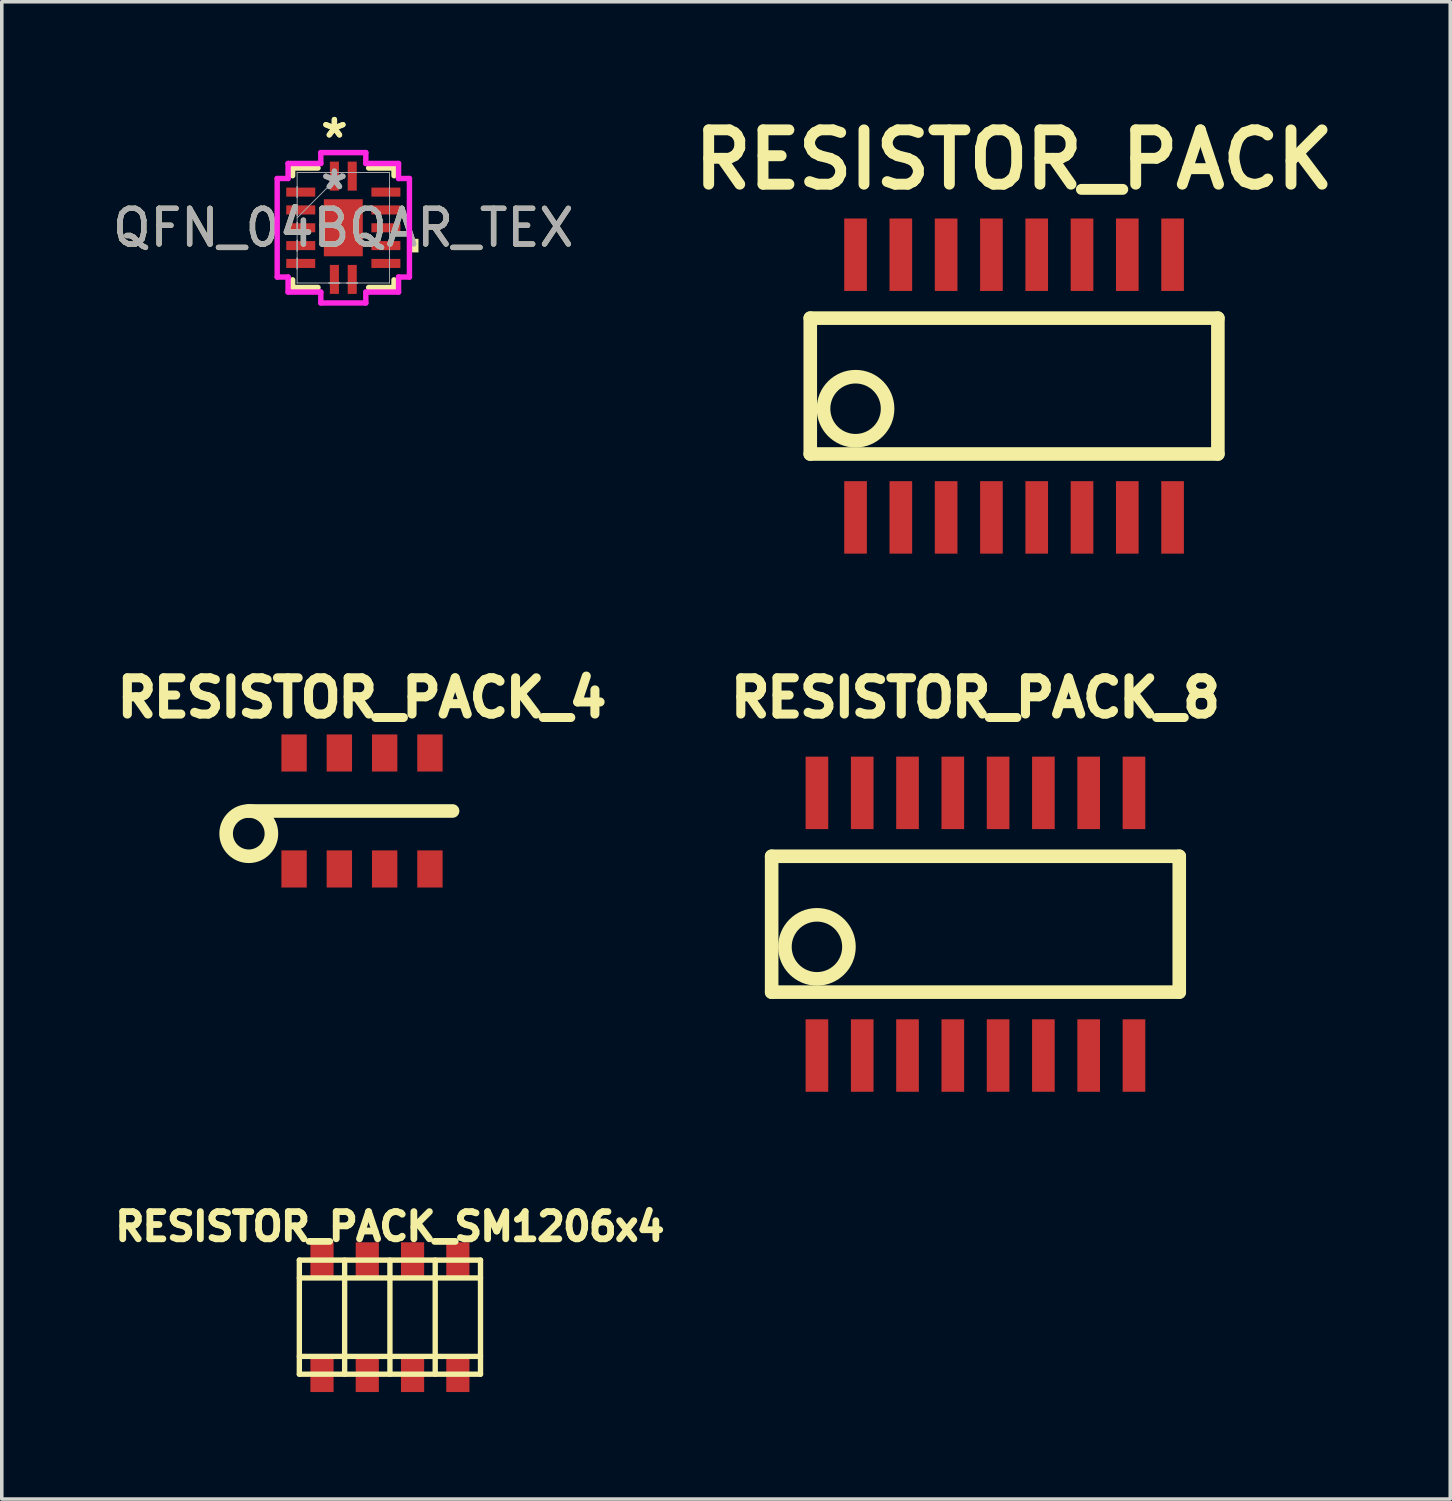
<source format=kicad_pcb>
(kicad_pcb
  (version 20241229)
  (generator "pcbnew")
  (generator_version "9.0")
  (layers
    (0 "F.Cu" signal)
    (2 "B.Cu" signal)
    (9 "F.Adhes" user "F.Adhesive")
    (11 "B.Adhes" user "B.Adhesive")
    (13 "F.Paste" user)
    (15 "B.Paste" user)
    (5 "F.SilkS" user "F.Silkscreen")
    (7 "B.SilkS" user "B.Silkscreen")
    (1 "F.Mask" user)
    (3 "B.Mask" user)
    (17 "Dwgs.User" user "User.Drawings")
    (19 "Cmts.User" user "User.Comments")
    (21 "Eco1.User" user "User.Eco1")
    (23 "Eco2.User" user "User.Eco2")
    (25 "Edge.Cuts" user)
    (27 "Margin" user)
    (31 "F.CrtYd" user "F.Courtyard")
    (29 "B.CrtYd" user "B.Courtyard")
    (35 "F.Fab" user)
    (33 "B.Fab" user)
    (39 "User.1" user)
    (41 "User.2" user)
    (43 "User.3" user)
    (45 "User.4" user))
  (footprint "RESISTOR_PACK_SM1206x4"
    (layer "F.Cu")
    (at 7.884 33.885)
    (property "Reference" "RESISTOR_PACK_SM1206x4" (at 0 -2.54 0) (layer "F.SilkS") (effects (font (size 0.762 0.762) (thickness 0.191))))
    (attr smd)
    (fp_line (start -2.54 -1.6) (end -2.54 1.6) (stroke (width 0.15) (type solid)) (layer "F.SilkS"))
    (fp_line (start -2.54 -1.6) (end 2.54 -1.6) (stroke (width 0.15) (type solid)) (layer "F.SilkS"))
    (fp_line (start -2.54 -1.1) (end 2.54 -1.1) (stroke (width 0.15) (type solid)) (layer "F.SilkS"))
    (fp_line (start -2.54 1.1) (end 2.54 1.1) (stroke (width 0.15) (type solid)) (layer "F.SilkS"))
    (fp_line (start -2.54 1.6) (end 2.54 1.6) (stroke (width 0.15) (type solid)) (layer "F.SilkS"))
    (fp_line (start -1.27 -1.6) (end -1.27 1.6) (stroke (width 0.15) (type solid)) (layer "F.SilkS"))
    (fp_line (start 0 -1.6) (end 0 1.6) (stroke (width 0.15) (type solid)) (layer "F.SilkS"))
    (fp_line (start 1.27 -1.6) (end 1.27 1.6) (stroke (width 0.15) (type solid)) (layer "F.SilkS"))
    (fp_line (start 2.54 1.6) (end 2.54 -1.6) (stroke (width 0.15) (type solid)) (layer "F.SilkS"))
    (pad "1" smd rect (at 1.905 -1.6) (size 0.65 1) (layers "F.Cu" "F.Mask" "F.Paste"))
    (pad "2" smd rect (at 1.905 1.6) (size 0.65 1) (layers "F.Cu" "F.Mask" "F.Paste"))
    (pad "3" smd rect (at 0.635 -1.6) (size 0.65 1) (layers "F.Cu" "F.Mask" "F.Paste"))
    (pad "4" smd rect (at 0.635 1.6) (size 0.65 1) (layers "F.Cu" "F.Mask" "F.Paste"))
    (pad "5" smd rect (at -0.635 -1.6) (size 0.65 1) (layers "F.Cu" "F.Mask" "F.Paste"))
    (pad "6" smd rect (at -0.635 1.6) (size 0.65 1) (layers "F.Cu" "F.Mask" "F.Paste"))
    (pad "7" smd rect (at -1.905 -1.6) (size 0.65 1) (layers "F.Cu" "F.Mask" "F.Paste"))
    (pad "8" smd rect (at -1.905 1.6) (size 0.65 1) (layers "F.Cu" "F.Mask" "F.Paste")))
  (footprint "RESISTOR_PACK_8"
    (layer "F.Cu")
    (at 24.303 22.866)
    (property "Reference" "RESISTOR_PACK_8" (at 0 -6.35 0) (layer "F.SilkS") (effects (font (size 1.016 1.016) (thickness 0.254))))
    (property "Value" "${VALUE}" (at 0 6.35 0) (layer "F.SilkS") (hide yes) (effects (font (size 1.016 1.016) (thickness 0.254))))
    (attr through_hole)
    (fp_line (start -5.715 -1.905) (end -5.715 1.905) (stroke (width 0.381) (type solid)) (layer "F.SilkS"))
    (fp_line (start -5.715 1.905) (end 5.715 1.905) (stroke (width 0.381) (type solid)) (layer "F.SilkS"))
    (fp_line (start 5.715 -1.905) (end -5.715 -1.905) (stroke (width 0.381) (type solid)) (layer "F.SilkS"))
    (fp_line (start 5.715 1.905) (end 5.715 -1.905) (stroke (width 0.381) (type solid)) (layer "F.SilkS"))
    (fp_circle (center -4.445 0.635) (end -5.08 1.27) (stroke (width 0.381) (type solid)) (fill no) (layer "F.SilkS"))
    (pad "1" smd rect (at -4.445 3.683) (size 0.635 2.032) (layers "F.Cu" "F.Mask" "F.Paste"))
    (pad "2" smd rect (at -3.175 3.683) (size 0.635 2.032) (layers "F.Cu" "F.Mask" "F.Paste"))
    (pad "3" smd rect (at -1.905 3.683) (size 0.635 2.032) (layers "F.Cu" "F.Mask" "F.Paste"))
    (pad "4" smd rect (at -0.635 3.683) (size 0.635 2.032) (layers "F.Cu" "F.Mask" "F.Paste"))
    (pad "5" smd rect (at 0.635 3.683) (size 0.635 2.032) (layers "F.Cu" "F.Mask" "F.Paste"))
    (pad "6" smd rect (at 1.905 3.683) (size 0.635 2.032) (layers "F.Cu" "F.Mask" "F.Paste"))
    (pad "7" smd rect (at 3.175 3.683) (size 0.635 2.032) (layers "F.Cu" "F.Mask" "F.Paste"))
    (pad "8" smd rect (at 4.445 3.683) (size 0.635 2.032) (layers "F.Cu" "F.Mask" "F.Paste"))
    (pad "9" smd rect (at 4.445 -3.683) (size 0.635 2.032) (layers "F.Cu" "F.Mask" "F.Paste"))
    (pad "10" smd rect (at 3.175 -3.683) (size 0.635 2.032) (layers "F.Cu" "F.Mask" "F.Paste"))
    (pad "11" smd rect (at 1.905 -3.683) (size 0.635 2.032) (layers "F.Cu" "F.Mask" "F.Paste"))
    (pad "12" smd rect (at 0.635 -3.683) (size 0.635 2.032) (layers "F.Cu" "F.Mask" "F.Paste"))
    (pad "13" smd rect (at -0.635 -3.683) (size 0.635 2.032) (layers "F.Cu" "F.Mask" "F.Paste"))
    (pad "14" smd rect (at -1.905 -3.683) (size 0.635 2.032) (layers "F.Cu" "F.Mask" "F.Paste"))
    (pad "15" smd rect (at -3.175 -3.683) (size 0.635 2.032) (layers "F.Cu" "F.Mask" "F.Paste"))
    (pad "16" smd rect (at -4.445 -3.683) (size 0.635 2.032) (layers "F.Cu" "F.Mask" "F.Paste")))
  (footprint "RESISTOR_PACK"
    (layer "F.Cu")
    (at 25.386 7.776)
    (property "Reference" "RESISTOR_PACK" (at 0 -6.35 0) (layer "F.SilkS") (effects (font (size 1.524 1.524) (thickness 0.305))))
    (property "Value" "${VALUE}" (at 0 6.35 0) (layer "F.SilkS") (hide yes) (effects (font (size 1.524 1.524) (thickness 0.305))))
    (attr through_hole)
    (fp_line (start -5.715 -1.905) (end -5.715 1.905) (stroke (width 0.381) (type solid)) (layer "F.SilkS"))
    (fp_line (start -5.715 1.905) (end 5.715 1.905) (stroke (width 0.381) (type solid)) (layer "F.SilkS"))
    (fp_line (start 5.715 -1.905) (end -5.715 -1.905) (stroke (width 0.381) (type solid)) (layer "F.SilkS"))
    (fp_line (start 5.715 1.905) (end 5.715 -1.905) (stroke (width 0.381) (type solid)) (layer "F.SilkS"))
    (fp_circle (center -4.445 0.635) (end -5.08 1.27) (stroke (width 0.381) (type solid)) (fill no) (layer "F.SilkS"))
    (pad "1" smd rect (at -4.445 3.683) (size 0.635 2.032) (layers "F.Cu" "F.Mask" "F.Paste"))
    (pad "2" smd rect (at -3.175 3.683) (size 0.635 2.032) (layers "F.Cu" "F.Mask" "F.Paste"))
    (pad "3" smd rect (at -1.905 3.683) (size 0.635 2.032) (layers "F.Cu" "F.Mask" "F.Paste"))
    (pad "4" smd rect (at -0.635 3.683) (size 0.635 2.032) (layers "F.Cu" "F.Mask" "F.Paste"))
    (pad "5" smd rect (at 0.635 3.683) (size 0.635 2.032) (layers "F.Cu" "F.Mask" "F.Paste"))
    (pad "6" smd rect (at 1.905 3.683) (size 0.635 2.032) (layers "F.Cu" "F.Mask" "F.Paste"))
    (pad "7" smd rect (at 3.175 3.683) (size 0.635 2.032) (layers "F.Cu" "F.Mask" "F.Paste"))
    (pad "8" smd rect (at 4.445 3.683) (size 0.635 2.032) (layers "F.Cu" "F.Mask" "F.Paste"))
    (pad "9" smd rect (at 4.445 -3.683) (size 0.635 2.032) (layers "F.Cu" "F.Mask" "F.Paste"))
    (pad "10" smd rect (at 3.175 -3.683) (size 0.635 2.032) (layers "F.Cu" "F.Mask" "F.Paste"))
    (pad "11" smd rect (at 1.905 -3.683) (size 0.635 2.032) (layers "F.Cu" "F.Mask" "F.Paste"))
    (pad "12" smd rect (at 0.635 -3.683) (size 0.635 2.032) (layers "F.Cu" "F.Mask" "F.Paste"))
    (pad "13" smd rect (at -0.635 -3.683) (size 0.635 2.032) (layers "F.Cu" "F.Mask" "F.Paste"))
    (pad "14" smd rect (at -1.905 -3.683) (size 0.635 2.032) (layers "F.Cu" "F.Mask" "F.Paste"))
    (pad "15" smd rect (at -3.175 -3.683) (size 0.635 2.032) (layers "F.Cu" "F.Mask" "F.Paste"))
    (pad "16" smd rect (at -4.445 -3.683) (size 0.635 2.032) (layers "F.Cu" "F.Mask" "F.Paste")))
  (footprint "QFN_04BQAR_TEX"
    (layer "F.Cu")
    (at 6.577 3.337)
    (property "Reference" "QFN_04BQAR_TEX" (at 0 0 0) (unlocked yes) (layer "F.SilkS") (effects (font (size 1 1) (thickness 0.15))))
    (attr smd)
    (fp_line (start -1.422 -1.676) (end -1.422 -1.46) (stroke (width 0.152) (type solid)) (layer "F.SilkS"))
    (fp_line (start -1.422 1.46) (end -1.422 1.676) (stroke (width 0.152) (type solid)) (layer "F.SilkS"))
    (fp_line (start -1.422 1.676) (end -0.71 1.676) (stroke (width 0.152) (type solid)) (layer "F.SilkS"))
    (fp_line (start -0.71 -1.676) (end -1.422 -1.676) (stroke (width 0.152) (type solid)) (layer "F.SilkS"))
    (fp_line (start 0.71 1.676) (end 1.422 1.676) (stroke (width 0.152) (type solid)) (layer "F.SilkS"))
    (fp_line (start 1.422 -1.676) (end 0.71 -1.676) (stroke (width 0.152) (type solid)) (layer "F.SilkS"))
    (fp_line (start 1.422 -1.46) (end 1.422 -1.676) (stroke (width 0.152) (type solid)) (layer "F.SilkS"))
    (fp_line (start 1.422 1.676) (end 1.422 1.46) (stroke (width 0.152) (type solid)) (layer "F.SilkS"))
    (fp_poly (pts (xy 2.108 0.31) (xy 2.108 0.691) (xy 1.854 0.691) (xy 1.854 0.31)) (stroke (width 0) (type solid)) (fill yes) (layer "F.SilkS"))
    (fp_line (start -1.854 -1.381) (end -1.549 -1.381) (stroke (width 0.152) (type solid)) (layer "F.CrtYd"))
    (fp_line (start -1.854 1.381) (end -1.854 -1.381) (stroke (width 0.152) (type solid)) (layer "F.CrtYd"))
    (fp_line (start -1.549 -1.803) (end -0.631 -1.803) (stroke (width 0.152) (type solid)) (layer "F.CrtYd"))
    (fp_line (start -1.549 -1.381) (end -1.549 -1.803) (stroke (width 0.152) (type solid)) (layer "F.CrtYd"))
    (fp_line (start -1.549 1.381) (end -1.854 1.381) (stroke (width 0.152) (type solid)) (layer "F.CrtYd"))
    (fp_line (start -1.549 1.803) (end -1.549 1.381) (stroke (width 0.152) (type solid)) (layer "F.CrtYd"))
    (fp_line (start -0.631 -2.108) (end 0.631 -2.108) (stroke (width 0.152) (type solid)) (layer "F.CrtYd"))
    (fp_line (start -0.631 -1.803) (end -0.631 -2.108) (stroke (width 0.152) (type solid)) (layer "F.CrtYd"))
    (fp_line (start -0.631 1.803) (end -1.549 1.803) (stroke (width 0.152) (type solid)) (layer "F.CrtYd"))
    (fp_line (start -0.631 2.108) (end -0.631 1.803) (stroke (width 0.152) (type solid)) (layer "F.CrtYd"))
    (fp_line (start 0.631 -2.108) (end 0.631 -1.803) (stroke (width 0.152) (type solid)) (layer "F.CrtYd"))
    (fp_line (start 0.631 -1.803) (end 1.549 -1.803) (stroke (width 0.152) (type solid)) (layer "F.CrtYd"))
    (fp_line (start 0.631 1.803) (end 0.631 2.108) (stroke (width 0.152) (type solid)) (layer "F.CrtYd"))
    (fp_line (start 0.631 2.108) (end -0.631 2.108) (stroke (width 0.152) (type solid)) (layer "F.CrtYd"))
    (fp_line (start 1.549 -1.803) (end 1.549 -1.381) (stroke (width 0.152) (type solid)) (layer "F.CrtYd"))
    (fp_line (start 1.549 -1.381) (end 1.854 -1.381) (stroke (width 0.152) (type solid)) (layer "F.CrtYd"))
    (fp_line (start 1.549 1.381) (end 1.549 1.803) (stroke (width 0.152) (type solid)) (layer "F.CrtYd"))
    (fp_line (start 1.549 1.803) (end 0.631 1.803) (stroke (width 0.152) (type solid)) (layer "F.CrtYd"))
    (fp_line (start 1.854 -1.381) (end 1.854 1.381) (stroke (width 0.152) (type solid)) (layer "F.CrtYd"))
    (fp_line (start 1.854 1.381) (end 1.549 1.381) (stroke (width 0.152) (type solid)) (layer "F.CrtYd"))
    (fp_line (start -1.295 -1.549) (end -1.295 -1.549) (stroke (width 0.025) (type solid)) (layer "F.Fab"))
    (fp_line (start -1.295 -1.549) (end -1.295 1.549) (stroke (width 0.025) (type solid)) (layer "F.Fab"))
    (fp_line (start -1.295 -1.153) (end -1.295 -1.153) (stroke (width 0.025) (type solid)) (layer "F.Fab"))
    (fp_line (start -1.295 -1.153) (end -1.295 -0.848) (stroke (width 0.025) (type solid)) (layer "F.Fab"))
    (fp_line (start -1.295 -0.848) (end -1.295 -1.153) (stroke (width 0.025) (type solid)) (layer "F.Fab"))
    (fp_line (start -1.295 -0.848) (end -1.295 -0.848) (stroke (width 0.025) (type solid)) (layer "F.Fab"))
    (fp_line (start -1.295 -0.653) (end -1.295 -0.653) (stroke (width 0.025) (type solid)) (layer "F.Fab"))
    (fp_line (start -1.295 -0.653) (end -1.295 -0.348) (stroke (width 0.025) (type solid)) (layer "F.Fab"))
    (fp_line (start -1.295 -0.348) (end -1.295 -0.653) (stroke (width 0.025) (type solid)) (layer "F.Fab"))
    (fp_line (start -1.295 -0.348) (end -1.295 -0.348) (stroke (width 0.025) (type solid)) (layer "F.Fab"))
    (fp_line (start -1.295 -0.279) (end -0.025 -1.549) (stroke (width 0.025) (type solid)) (layer "F.Fab"))
    (fp_line (start -1.295 -0.152) (end -1.295 -0.152) (stroke (width 0.025) (type solid)) (layer "F.Fab"))
    (fp_line (start -1.295 -0.152) (end -1.295 0.152) (stroke (width 0.025) (type solid)) (layer "F.Fab"))
    (fp_line (start -1.295 0.152) (end -1.295 -0.152) (stroke (width 0.025) (type solid)) (layer "F.Fab"))
    (fp_line (start -1.295 0.152) (end -1.295 0.152) (stroke (width 0.025) (type solid)) (layer "F.Fab"))
    (fp_line (start -1.295 0.348) (end -1.295 0.348) (stroke (width 0.025) (type solid)) (layer "F.Fab"))
    (fp_line (start -1.295 0.348) (end -1.295 0.653) (stroke (width 0.025) (type solid)) (layer "F.Fab"))
    (fp_line (start -1.295 0.653) (end -1.295 0.348) (stroke (width 0.025) (type solid)) (layer "F.Fab"))
    (fp_line (start -1.295 0.653) (end -1.295 0.653) (stroke (width 0.025) (type solid)) (layer "F.Fab"))
    (fp_line (start -1.295 0.848) (end -1.295 0.848) (stroke (width 0.025) (type solid)) (layer "F.Fab"))
    (fp_line (start -1.295 0.848) (end -1.295 1.153) (stroke (width 0.025) (type solid)) (layer "F.Fab"))
    (fp_line (start -1.295 1.153) (end -1.295 0.848) (stroke (width 0.025) (type solid)) (layer "F.Fab"))
    (fp_line (start -1.295 1.153) (end -1.295 1.153) (stroke (width 0.025) (type solid)) (layer "F.Fab"))
    (fp_line (start -1.295 1.549) (end -1.295 1.549) (stroke (width 0.025) (type solid)) (layer "F.Fab"))
    (fp_line (start -1.295 1.549) (end 1.295 1.549) (stroke (width 0.025) (type solid)) (layer "F.Fab"))
    (fp_line (start -0.402 -1.549) (end -0.402 -1.549) (stroke (width 0.025) (type solid)) (layer "F.Fab"))
    (fp_line (start -0.402 -1.549) (end -0.098 -1.549) (stroke (width 0.025) (type solid)) (layer "F.Fab"))
    (fp_line (start -0.402 1.549) (end -0.402 1.549) (stroke (width 0.025) (type solid)) (layer "F.Fab"))
    (fp_line (start -0.402 1.549) (end -0.098 1.549) (stroke (width 0.025) (type solid)) (layer "F.Fab"))
    (fp_line (start -0.098 -1.549) (end -0.402 -1.549) (stroke (width 0.025) (type solid)) (layer "F.Fab"))
    (fp_line (start -0.098 -1.549) (end -0.098 -1.549) (stroke (width 0.025) (type solid)) (layer "F.Fab"))
    (fp_line (start -0.098 1.549) (end -0.402 1.549) (stroke (width 0.025) (type solid)) (layer "F.Fab"))
    (fp_line (start -0.098 1.549) (end -0.098 1.549) (stroke (width 0.025) (type solid)) (layer "F.Fab"))
    (fp_line (start 0.098 -1.549) (end 0.098 -1.549) (stroke (width 0.025) (type solid)) (layer "F.Fab"))
    (fp_line (start 0.098 -1.549) (end 0.402 -1.549) (stroke (width 0.025) (type solid)) (layer "F.Fab"))
    (fp_line (start 0.098 1.549) (end 0.098 1.549) (stroke (width 0.025) (type solid)) (layer "F.Fab"))
    (fp_line (start 0.098 1.549) (end 0.402 1.549) (stroke (width 0.025) (type solid)) (layer "F.Fab"))
    (fp_line (start 0.402 -1.549) (end 0.098 -1.549) (stroke (width 0.025) (type solid)) (layer "F.Fab"))
    (fp_line (start 0.402 -1.549) (end 0.402 -1.549) (stroke (width 0.025) (type solid)) (layer "F.Fab"))
    (fp_line (start 0.402 1.549) (end 0.098 1.549) (stroke (width 0.025) (type solid)) (layer "F.Fab"))
    (fp_line (start 0.402 1.549) (end 0.402 1.549) (stroke (width 0.025) (type solid)) (layer "F.Fab"))
    (fp_line (start 1.295 -1.549) (end -1.295 -1.549) (stroke (width 0.025) (type solid)) (layer "F.Fab"))
    (fp_line (start 1.295 -1.549) (end 1.295 -1.549) (stroke (width 0.025) (type solid)) (layer "F.Fab"))
    (fp_line (start 1.295 -1.153) (end 1.295 -1.153) (stroke (width 0.025) (type solid)) (layer "F.Fab"))
    (fp_line (start 1.295 -1.153) (end 1.295 -0.848) (stroke (width 0.025) (type solid)) (layer "F.Fab"))
    (fp_line (start 1.295 -0.848) (end 1.295 -1.153) (stroke (width 0.025) (type solid)) (layer "F.Fab"))
    (fp_line (start 1.295 -0.848) (end 1.295 -0.848) (stroke (width 0.025) (type solid)) (layer "F.Fab"))
    (fp_line (start 1.295 -0.653) (end 1.295 -0.653) (stroke (width 0.025) (type solid)) (layer "F.Fab"))
    (fp_line (start 1.295 -0.653) (end 1.295 -0.348) (stroke (width 0.025) (type solid)) (layer "F.Fab"))
    (fp_line (start 1.295 -0.348) (end 1.295 -0.653) (stroke (width 0.025) (type solid)) (layer "F.Fab"))
    (fp_line (start 1.295 -0.348) (end 1.295 -0.348) (stroke (width 0.025) (type solid)) (layer "F.Fab"))
    (fp_line (start 1.295 -0.152) (end 1.295 -0.152) (stroke (width 0.025) (type solid)) (layer "F.Fab"))
    (fp_line (start 1.295 -0.152) (end 1.295 0.152) (stroke (width 0.025) (type solid)) (layer "F.Fab"))
    (fp_line (start 1.295 0.152) (end 1.295 -0.152) (stroke (width 0.025) (type solid)) (layer "F.Fab"))
    (fp_line (start 1.295 0.152) (end 1.295 0.152) (stroke (width 0.025) (type solid)) (layer "F.Fab"))
    (fp_line (start 1.295 0.348) (end 1.295 0.348) (stroke (width 0.025) (type solid)) (layer "F.Fab"))
    (fp_line (start 1.295 0.348) (end 1.295 0.653) (stroke (width 0.025) (type solid)) (layer "F.Fab"))
    (fp_line (start 1.295 0.653) (end 1.295 0.348) (stroke (width 0.025) (type solid)) (layer "F.Fab"))
    (fp_line (start 1.295 0.653) (end 1.295 0.653) (stroke (width 0.025) (type solid)) (layer "F.Fab"))
    (fp_line (start 1.295 0.848) (end 1.295 0.848) (stroke (width 0.025) (type solid)) (layer "F.Fab"))
    (fp_line (start 1.295 0.848) (end 1.295 1.153) (stroke (width 0.025) (type solid)) (layer "F.Fab"))
    (fp_line (start 1.295 1.153) (end 1.295 0.848) (stroke (width 0.025) (type solid)) (layer "F.Fab"))
    (fp_line (start 1.295 1.153) (end 1.295 1.153) (stroke (width 0.025) (type solid)) (layer "F.Fab"))
    (fp_line (start 1.295 1.549) (end 1.295 -1.549) (stroke (width 0.025) (type solid)) (layer "F.Fab"))
    (fp_line (start 1.295 1.549) (end 1.295 1.549) (stroke (width 0.025) (type solid)) (layer "F.Fab"))
    (fp_text user "*" (at -0.25 -2.489 0) (layer "F.SilkS") (effects (font (size 1 1) (thickness 0.15))))
    (fp_text user "*" (at -0.25 -2.489 0) (unlocked yes) (layer "F.SilkS") (effects (font (size 1 1) (thickness 0.15))))
    (fp_text user "*" (at -0.25 -1.041 0) (unlocked yes) (layer "F.Fab") (effects (font (size 1 1) (thickness 0.15))))
    (fp_text user "*" (at -0.25 -1.041 0) (layer "F.Fab") (effects (font (size 1 1) (thickness 0.15))))
    (fp_text user "${REFERENCE}" (at 0 0 0) (unlocked yes) (layer "F.Fab") (effects (font (size 1 1) (thickness 0.15))))
    (pad "1" smd rect (at -0.25 -1.448) (size 0.254 0.813) (layers "F.Cu" "F.Mask" "F.Paste"))
    (pad "2" smd rect (at -1.194 -1 90) (size 0.254 0.813) (layers "F.Cu" "F.Mask" "F.Paste"))
    (pad "3" smd rect (at -1.194 -0.5 90) (size 0.254 0.813) (layers "F.Cu" "F.Mask" "F.Paste"))
    (pad "4" smd rect (at -1.194 0 90) (size 0.254 0.813) (layers "F.Cu" "F.Mask" "F.Paste"))
    (pad "5" smd rect (at -1.194 0.5 90) (size 0.254 0.813) (layers "F.Cu" "F.Mask" "F.Paste"))
    (pad "6" smd rect (at -1.194 1 90) (size 0.254 0.813) (layers "F.Cu" "F.Mask" "F.Paste"))
    (pad "7" smd rect (at -0.25 1.448) (size 0.254 0.813) (layers "F.Cu" "F.Mask" "F.Paste"))
    (pad "8" smd rect (at 0.25 1.448) (size 0.254 0.813) (layers "F.Cu" "F.Mask" "F.Paste"))
    (pad "9" smd rect (at 1.194 1 90) (size 0.254 0.813) (layers "F.Cu" "F.Mask" "F.Paste"))
    (pad "10" smd rect (at 1.194 0.5 90) (size 0.254 0.813) (layers "F.Cu" "F.Mask" "F.Paste"))
    (pad "11" smd rect (at 1.194 0 90) (size 0.254 0.813) (layers "F.Cu" "F.Mask" "F.Paste"))
    (pad "12" smd rect (at 1.194 -0.5 90) (size 0.254 0.813) (layers "F.Cu" "F.Mask" "F.Paste"))
    (pad "13" smd rect (at 1.194 -1 90) (size 0.254 0.813) (layers "F.Cu" "F.Mask" "F.Paste"))
    (pad "14" smd rect (at 0.25 -1.448) (size 0.254 0.813) (layers "F.Cu" "F.Mask" "F.Paste"))
    (pad "15" smd rect (at 0 0) (size 1.092 1.6) (layers "F.Cu" "F.Mask" "F.Paste")))
  (footprint "RESISTOR_PACK_4"
    (layer "F.Cu")
    (at 7.101 19.691)
    (property "Reference" "RESISTOR_PACK_4" (at 0 -3.175 0) (layer "F.SilkS") (effects (font (size 1.016 1.016) (thickness 0.254))))
    (property "Value" "${VALUE}" (at 0 3.175 0) (layer "F.SilkS") (hide yes) (effects (font (size 1.016 1.016) (thickness 0.254))))
    (attr through_hole)
    (fp_line (start -3.175 0) (end 2.54 0) (stroke (width 0.381) (type solid)) (layer "F.SilkS"))
    (fp_circle (center -3.175 0.635) (end -3.175 0) (stroke (width 0.381) (type solid)) (fill no) (layer "F.SilkS"))
    (pad "1" smd rect (at -1.905 1.626) (size 0.711 1.041) (layers "F.Cu" "F.Mask" "F.Paste"))
    (pad "2" smd rect (at -0.635 1.626) (size 0.711 1.041) (layers "F.Cu" "F.Mask" "F.Paste"))
    (pad "3" smd rect (at 0.635 1.626) (size 0.711 1.041) (layers "F.Cu" "F.Mask" "F.Paste"))
    (pad "4" smd rect (at 1.905 1.626) (size 0.711 1.041) (layers "F.Cu" "F.Mask" "F.Paste"))
    (pad "5" smd rect (at 1.905 -1.626) (size 0.711 1.041) (layers "F.Cu" "F.Mask" "F.Paste"))
    (pad "6" smd rect (at 0.635 -1.626) (size 0.711 1.041) (layers "F.Cu" "F.Mask" "F.Paste"))
    (pad "7" smd rect (at -0.635 -1.626) (size 0.711 1.041) (layers "F.Cu" "F.Mask" "F.Paste"))
    (pad "8" smd rect (at -1.905 -1.626) (size 0.711 1.041) (layers "F.Cu" "F.Mask" "F.Paste")))
  (gr_rect
    (start -3 -3)
    (end 37.617 38.985)
    (stroke (width 0.1) (type default))
    (fill no)
    (layer "Edge.Cuts")))
</source>
